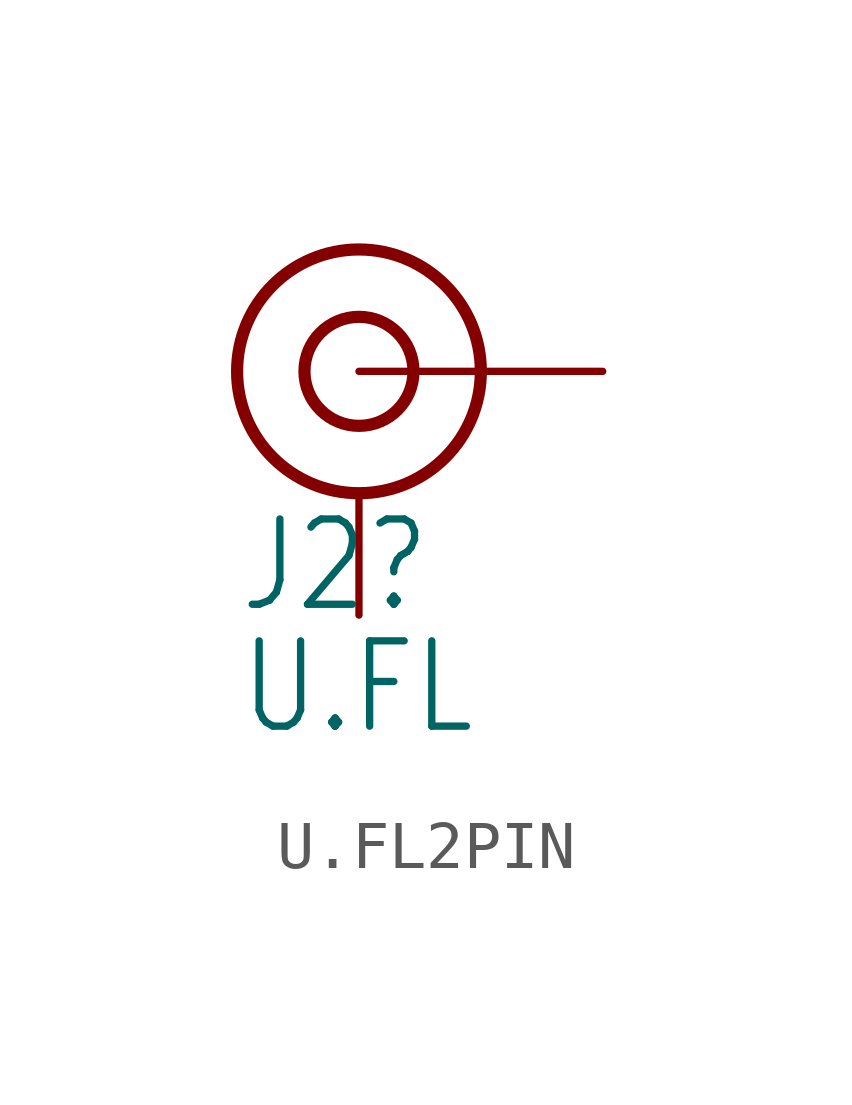
<source format=kicad_sym>
(kicad_symbol_lib
  (version 20241209)
  (generator "kicad_symbol_editor")
  (generator_version "9.0")
  (symbol "U.FL2PIN"
    (property "Reference" "J2"
      (at -2.54 -5.08 0)
      (effects (font (size 1.778 1.511)) (justify left bottom)))
    (property "Value" "U.FL"
      (at -2.54 -7.62 0)
      (effects (font (size 1.778 1.511)) (justify left bottom)))
    (property "ki_locked" ""
      (at 0 0 0)
      (effects (font (size 1.27 1.27))))
    (symbol "U.FL2PIN_1_0"
      (circle (center 0 0) (radius 1.136) (stroke (width 0.254) (type default)) (fill (type none)))
      (circle (center 0 0) (radius 2.54) (stroke (width 0.254) (type default)) (fill (type none)))
      (pin bidirectional line (at 0 -5.08 90) (length 2.54) (name "GND" (effects (font (size 0 0)))) (number "GND" (effects (font (size 0 0)))))
      (pin bidirectional line (at 5.08 0 180) (length 5.08) (name "SIGNAL" (effects (font (size 0 0)))) (number "FEED" (effects (font (size 0 0))))))))
</source>
